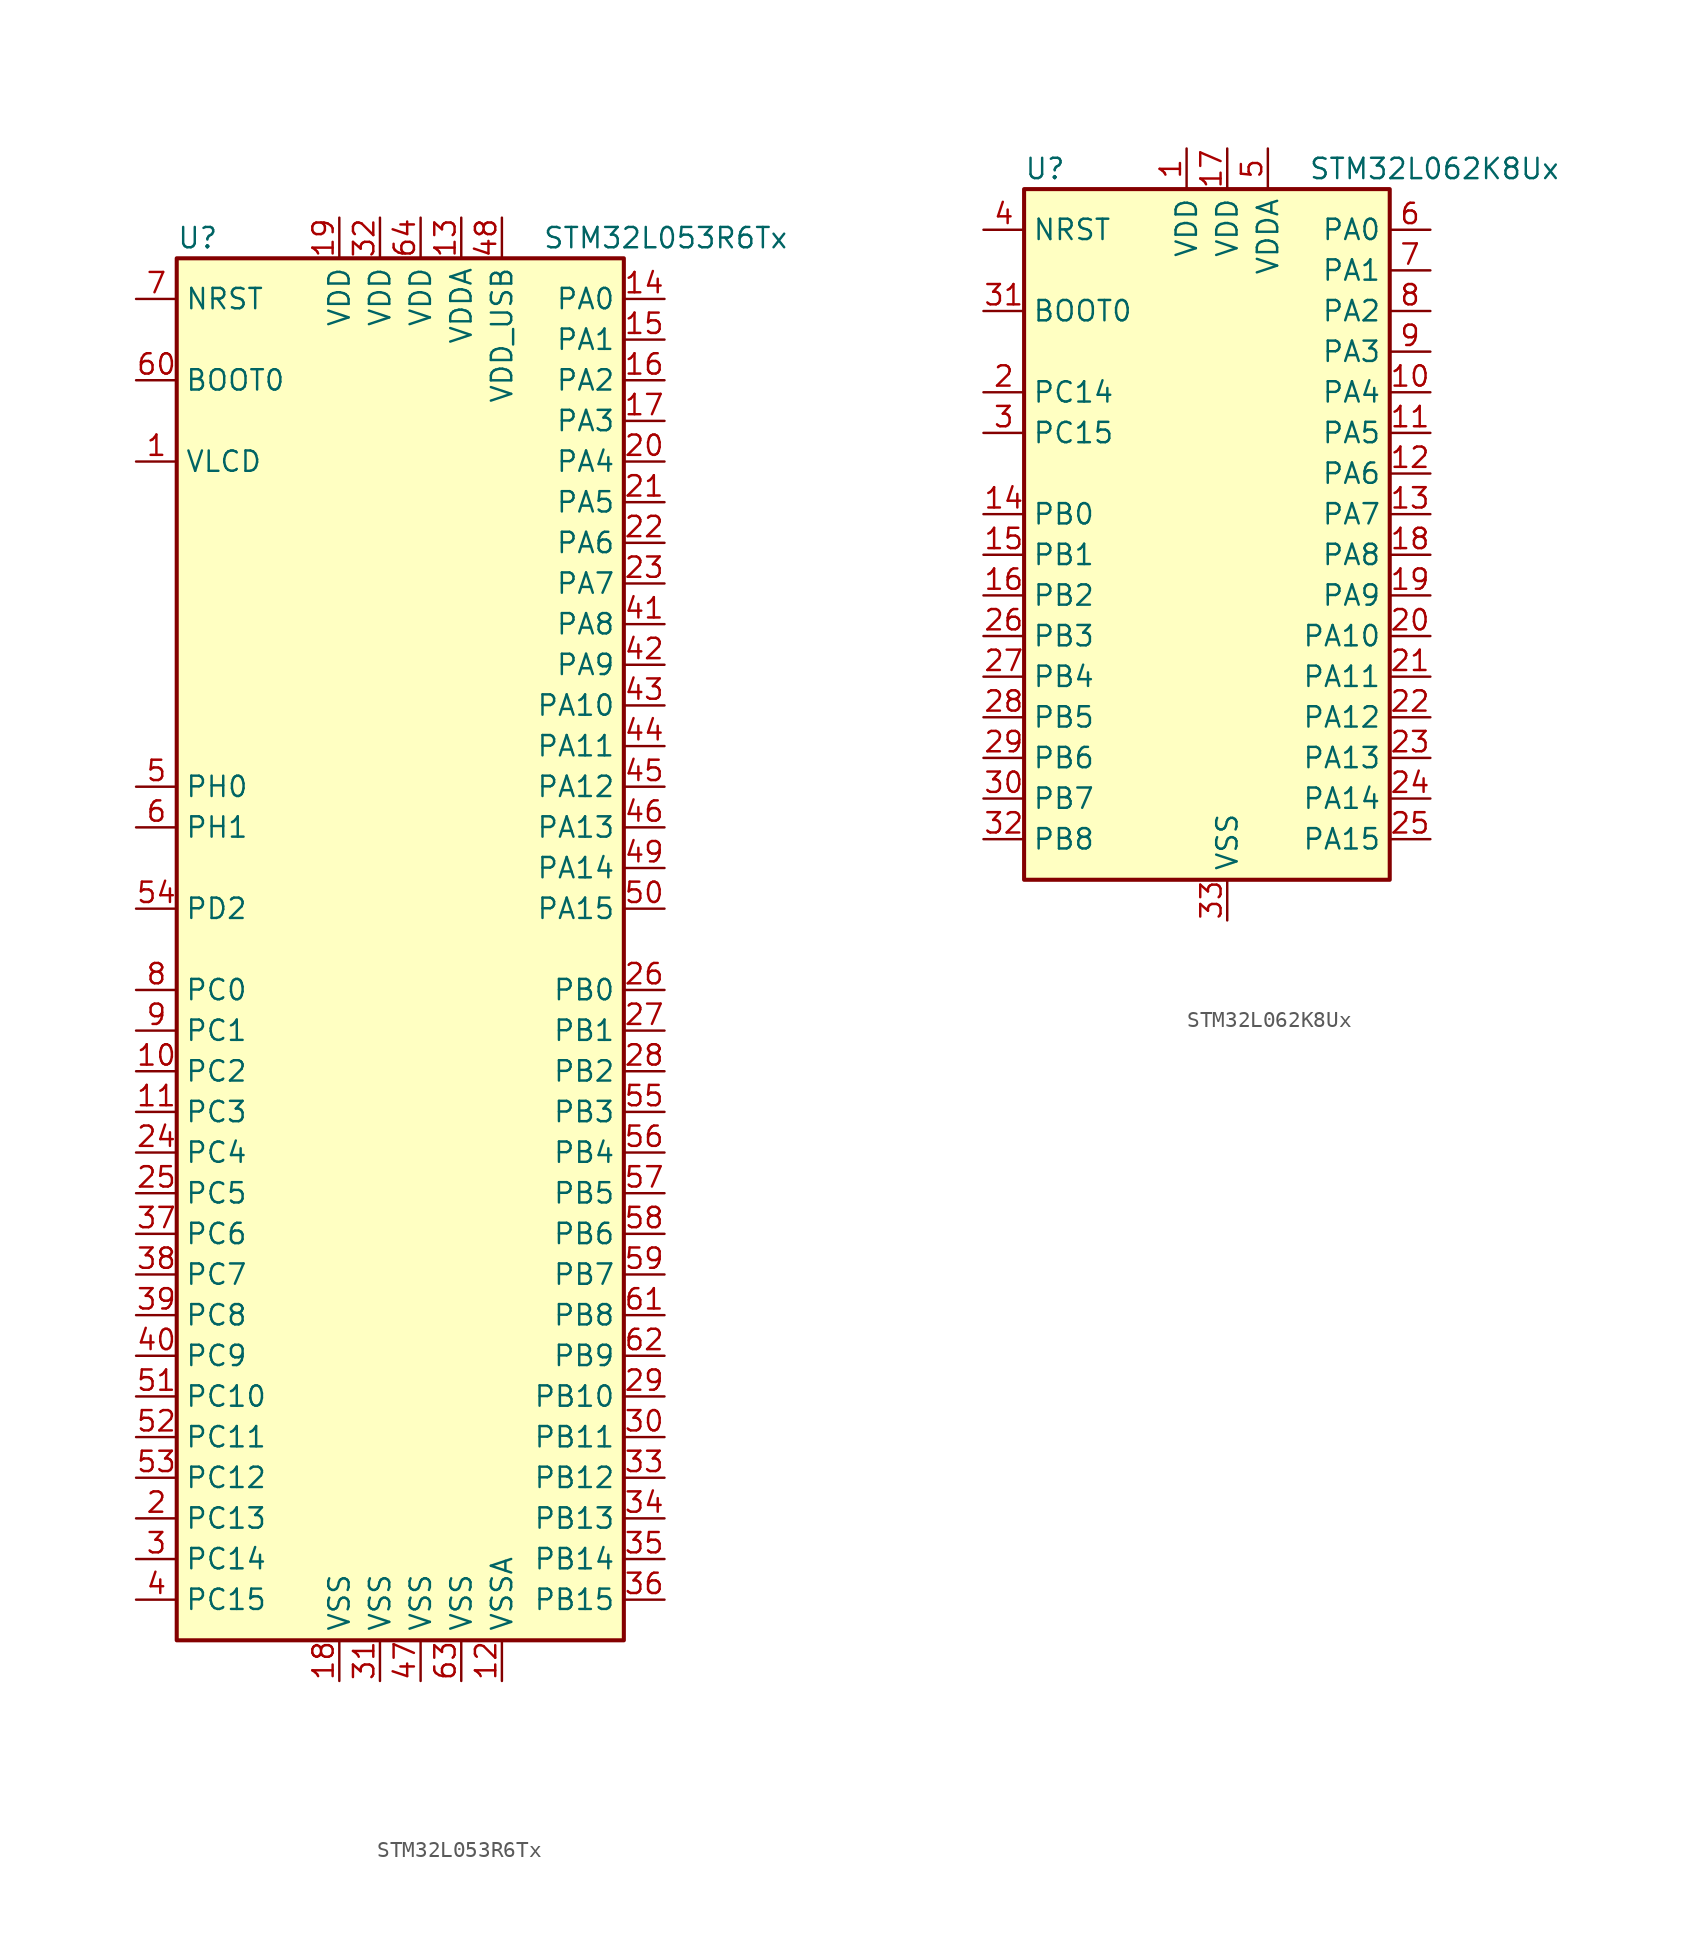
<source format=kicad_sym>
(kicad_symbol_lib
  (version 20201005)
  (generator kicad_symbol_editor)
  (symbol "STM32L053R6Tx"
    (property "Reference" "U"
      (at -15.24 44.45 0)
      (effects (font (size 1.27 1.27)) (justify left)))
    (property "Value" "STM32L053R6Tx"
      (at 7.62 44.45 0)
      (effects (font (size 1.27 1.27)) (justify left)))
    (symbol "STM32L053R6Tx_0_1"
      (rectangle (start -15.24 -43.18) (end 12.7 43.18) (stroke (width 0.254)) (fill (type background))))
    (symbol "STM32L053R6Tx_1_1"
      (pin power_in line (at -17.78 30.48 0) (length 2.54) (name "VLCD" (effects (font (size 1.27 1.27)))) (number "1" (effects (font (size 1.27 1.27)))))
      (pin bidirectional line (at -17.78 -7.62 0) (length 2.54) (name "PC2" (effects (font (size 1.27 1.27)))) (number "10" (effects (font (size 1.27 1.27)))))
      (pin bidirectional line (at -17.78 -10.16 0) (length 2.54) (name "PC3" (effects (font (size 1.27 1.27)))) (number "11" (effects (font (size 1.27 1.27)))))
      (pin power_in line (at 5.08 -45.72 90) (length 2.54) (name "VSSA" (effects (font (size 1.27 1.27)))) (number "12" (effects (font (size 1.27 1.27)))))
      (pin power_in line (at 2.54 45.72 270) (length 2.54) (name "VDDA" (effects (font (size 1.27 1.27)))) (number "13" (effects (font (size 1.27 1.27)))))
      (pin bidirectional line (at 15.24 40.64 180) (length 2.54) (name "PA0" (effects (font (size 1.27 1.27)))) (number "14" (effects (font (size 1.27 1.27)))))
      (pin bidirectional line (at 15.24 38.1 180) (length 2.54) (name "PA1" (effects (font (size 1.27 1.27)))) (number "15" (effects (font (size 1.27 1.27)))))
      (pin bidirectional line (at 15.24 35.56 180) (length 2.54) (name "PA2" (effects (font (size 1.27 1.27)))) (number "16" (effects (font (size 1.27 1.27)))))
      (pin bidirectional line (at 15.24 33.02 180) (length 2.54) (name "PA3" (effects (font (size 1.27 1.27)))) (number "17" (effects (font (size 1.27 1.27)))))
      (pin power_in line (at -5.08 -45.72 90) (length 2.54) (name "VSS" (effects (font (size 1.27 1.27)))) (number "18" (effects (font (size 1.27 1.27)))))
      (pin power_in line (at -5.08 45.72 270) (length 2.54) (name "VDD" (effects (font (size 1.27 1.27)))) (number "19" (effects (font (size 1.27 1.27)))))
      (pin bidirectional line (at -17.78 -35.56 0) (length 2.54) (name "PC13" (effects (font (size 1.27 1.27)))) (number "2" (effects (font (size 1.27 1.27)))))
      (pin bidirectional line (at 15.24 30.48 180) (length 2.54) (name "PA4" (effects (font (size 1.27 1.27)))) (number "20" (effects (font (size 1.27 1.27)))))
      (pin bidirectional line (at 15.24 27.94 180) (length 2.54) (name "PA5" (effects (font (size 1.27 1.27)))) (number "21" (effects (font (size 1.27 1.27)))))
      (pin bidirectional line (at 15.24 25.4 180) (length 2.54) (name "PA6" (effects (font (size 1.27 1.27)))) (number "22" (effects (font (size 1.27 1.27)))))
      (pin bidirectional line (at 15.24 22.86 180) (length 2.54) (name "PA7" (effects (font (size 1.27 1.27)))) (number "23" (effects (font (size 1.27 1.27)))))
      (pin bidirectional line (at -17.78 -12.7 0) (length 2.54) (name "PC4" (effects (font (size 1.27 1.27)))) (number "24" (effects (font (size 1.27 1.27)))))
      (pin bidirectional line (at -17.78 -15.24 0) (length 2.54) (name "PC5" (effects (font (size 1.27 1.27)))) (number "25" (effects (font (size 1.27 1.27)))))
      (pin bidirectional line (at 15.24 -2.54 180) (length 2.54) (name "PB0" (effects (font (size 1.27 1.27)))) (number "26" (effects (font (size 1.27 1.27)))))
      (pin bidirectional line (at 15.24 -5.08 180) (length 2.54) (name "PB1" (effects (font (size 1.27 1.27)))) (number "27" (effects (font (size 1.27 1.27)))))
      (pin bidirectional line (at 15.24 -7.62 180) (length 2.54) (name "PB2" (effects (font (size 1.27 1.27)))) (number "28" (effects (font (size 1.27 1.27)))))
      (pin bidirectional line (at 15.24 -27.94 180) (length 2.54) (name "PB10" (effects (font (size 1.27 1.27)))) (number "29" (effects (font (size 1.27 1.27)))))
      (pin bidirectional line (at -17.78 -38.1 0) (length 2.54) (name "PC14" (effects (font (size 1.27 1.27)))) (number "3" (effects (font (size 1.27 1.27)))))
      (pin bidirectional line (at 15.24 -30.48 180) (length 2.54) (name "PB11" (effects (font (size 1.27 1.27)))) (number "30" (effects (font (size 1.27 1.27)))))
      (pin power_in line (at -2.54 -45.72 90) (length 2.54) (name "VSS" (effects (font (size 1.27 1.27)))) (number "31" (effects (font (size 1.27 1.27)))))
      (pin power_in line (at -2.54 45.72 270) (length 2.54) (name "VDD" (effects (font (size 1.27 1.27)))) (number "32" (effects (font (size 1.27 1.27)))))
      (pin bidirectional line (at 15.24 -33.02 180) (length 2.54) (name "PB12" (effects (font (size 1.27 1.27)))) (number "33" (effects (font (size 1.27 1.27)))))
      (pin bidirectional line (at 15.24 -35.56 180) (length 2.54) (name "PB13" (effects (font (size 1.27 1.27)))) (number "34" (effects (font (size 1.27 1.27)))))
      (pin bidirectional line (at 15.24 -38.1 180) (length 2.54) (name "PB14" (effects (font (size 1.27 1.27)))) (number "35" (effects (font (size 1.27 1.27)))))
      (pin bidirectional line (at 15.24 -40.64 180) (length 2.54) (name "PB15" (effects (font (size 1.27 1.27)))) (number "36" (effects (font (size 1.27 1.27)))))
      (pin bidirectional line (at -17.78 -17.78 0) (length 2.54) (name "PC6" (effects (font (size 1.27 1.27)))) (number "37" (effects (font (size 1.27 1.27)))))
      (pin bidirectional line (at -17.78 -20.32 0) (length 2.54) (name "PC7" (effects (font (size 1.27 1.27)))) (number "38" (effects (font (size 1.27 1.27)))))
      (pin bidirectional line (at -17.78 -22.86 0) (length 2.54) (name "PC8" (effects (font (size 1.27 1.27)))) (number "39" (effects (font (size 1.27 1.27)))))
      (pin bidirectional line (at -17.78 -40.64 0) (length 2.54) (name "PC15" (effects (font (size 1.27 1.27)))) (number "4" (effects (font (size 1.27 1.27)))))
      (pin bidirectional line (at -17.78 -25.4 0) (length 2.54) (name "PC9" (effects (font (size 1.27 1.27)))) (number "40" (effects (font (size 1.27 1.27)))))
      (pin bidirectional line (at 15.24 20.32 180) (length 2.54) (name "PA8" (effects (font (size 1.27 1.27)))) (number "41" (effects (font (size 1.27 1.27)))))
      (pin bidirectional line (at 15.24 17.78 180) (length 2.54) (name "PA9" (effects (font (size 1.27 1.27)))) (number "42" (effects (font (size 1.27 1.27)))))
      (pin bidirectional line (at 15.24 15.24 180) (length 2.54) (name "PA10" (effects (font (size 1.27 1.27)))) (number "43" (effects (font (size 1.27 1.27)))))
      (pin bidirectional line (at 15.24 12.7 180) (length 2.54) (name "PA11" (effects (font (size 1.27 1.27)))) (number "44" (effects (font (size 1.27 1.27)))))
      (pin bidirectional line (at 15.24 10.16 180) (length 2.54) (name "PA12" (effects (font (size 1.27 1.27)))) (number "45" (effects (font (size 1.27 1.27)))))
      (pin bidirectional line (at 15.24 7.62 180) (length 2.54) (name "PA13" (effects (font (size 1.27 1.27)))) (number "46" (effects (font (size 1.27 1.27)))))
      (pin power_in line (at 0 -45.72 90) (length 2.54) (name "VSS" (effects (font (size 1.27 1.27)))) (number "47" (effects (font (size 1.27 1.27)))))
      (pin power_in line (at 5.08 45.72 270) (length 2.54) (name "VDD_USB" (effects (font (size 1.27 1.27)))) (number "48" (effects (font (size 1.27 1.27)))))
      (pin bidirectional line (at 15.24 5.08 180) (length 2.54) (name "PA14" (effects (font (size 1.27 1.27)))) (number "49" (effects (font (size 1.27 1.27)))))
      (pin input line (at -17.78 10.16 0) (length 2.54) (name "PH0" (effects (font (size 1.27 1.27)))) (number "5" (effects (font (size 1.27 1.27)))))
      (pin bidirectional line (at 15.24 2.54 180) (length 2.54) (name "PA15" (effects (font (size 1.27 1.27)))) (number "50" (effects (font (size 1.27 1.27)))))
      (pin bidirectional line (at -17.78 -27.94 0) (length 2.54) (name "PC10" (effects (font (size 1.27 1.27)))) (number "51" (effects (font (size 1.27 1.27)))))
      (pin bidirectional line (at -17.78 -30.48 0) (length 2.54) (name "PC11" (effects (font (size 1.27 1.27)))) (number "52" (effects (font (size 1.27 1.27)))))
      (pin bidirectional line (at -17.78 -33.02 0) (length 2.54) (name "PC12" (effects (font (size 1.27 1.27)))) (number "53" (effects (font (size 1.27 1.27)))))
      (pin bidirectional line (at -17.78 2.54 0) (length 2.54) (name "PD2" (effects (font (size 1.27 1.27)))) (number "54" (effects (font (size 1.27 1.27)))))
      (pin bidirectional line (at 15.24 -10.16 180) (length 2.54) (name "PB3" (effects (font (size 1.27 1.27)))) (number "55" (effects (font (size 1.27 1.27)))))
      (pin bidirectional line (at 15.24 -12.7 180) (length 2.54) (name "PB4" (effects (font (size 1.27 1.27)))) (number "56" (effects (font (size 1.27 1.27)))))
      (pin bidirectional line (at 15.24 -15.24 180) (length 2.54) (name "PB5" (effects (font (size 1.27 1.27)))) (number "57" (effects (font (size 1.27 1.27)))))
      (pin bidirectional line (at 15.24 -17.78 180) (length 2.54) (name "PB6" (effects (font (size 1.27 1.27)))) (number "58" (effects (font (size 1.27 1.27)))))
      (pin bidirectional line (at 15.24 -20.32 180) (length 2.54) (name "PB7" (effects (font (size 1.27 1.27)))) (number "59" (effects (font (size 1.27 1.27)))))
      (pin input line (at -17.78 7.62 0) (length 2.54) (name "PH1" (effects (font (size 1.27 1.27)))) (number "6" (effects (font (size 1.27 1.27)))))
      (pin input line (at -17.78 35.56 0) (length 2.54) (name "BOOT0" (effects (font (size 1.27 1.27)))) (number "60" (effects (font (size 1.27 1.27)))))
      (pin bidirectional line (at 15.24 -22.86 180) (length 2.54) (name "PB8" (effects (font (size 1.27 1.27)))) (number "61" (effects (font (size 1.27 1.27)))))
      (pin bidirectional line (at 15.24 -25.4 180) (length 2.54) (name "PB9" (effects (font (size 1.27 1.27)))) (number "62" (effects (font (size 1.27 1.27)))))
      (pin power_in line (at 2.54 -45.72 90) (length 2.54) (name "VSS" (effects (font (size 1.27 1.27)))) (number "63" (effects (font (size 1.27 1.27)))))
      (pin power_in line (at 0 45.72 270) (length 2.54) (name "VDD" (effects (font (size 1.27 1.27)))) (number "64" (effects (font (size 1.27 1.27)))))
      (pin input line (at -17.78 40.64 0) (length 2.54) (name "NRST" (effects (font (size 1.27 1.27)))) (number "7" (effects (font (size 1.27 1.27)))))
      (pin bidirectional line (at -17.78 -2.54 0) (length 2.54) (name "PC0" (effects (font (size 1.27 1.27)))) (number "8" (effects (font (size 1.27 1.27)))))
      (pin bidirectional line (at -17.78 -5.08 0) (length 2.54) (name "PC1" (effects (font (size 1.27 1.27)))) (number "9" (effects (font (size 1.27 1.27)))))))
  (symbol "STM32L062K8Ux"
    (property "Reference" "U"
      (at -12.7 21.59 0)
      (effects (font (size 1.27 1.27)) (justify left)))
    (property "Value" "STM32L062K8Ux"
      (at 5.08 21.59 0)
      (effects (font (size 1.27 1.27)) (justify left)))
    (symbol "STM32L062K8Ux_0_1"
      (rectangle (start -12.7 -22.86) (end 10.16 20.32) (stroke (width 0.254)) (fill (type background))))
    (symbol "STM32L062K8Ux_1_1"
      (pin power_in line (at -2.54 22.86 270) (length 2.54) (name "VDD" (effects (font (size 1.27 1.27)))) (number "1" (effects (font (size 1.27 1.27)))))
      (pin bidirectional line (at 12.7 7.62 180) (length 2.54) (name "PA4" (effects (font (size 1.27 1.27)))) (number "10" (effects (font (size 1.27 1.27)))))
      (pin bidirectional line (at 12.7 5.08 180) (length 2.54) (name "PA5" (effects (font (size 1.27 1.27)))) (number "11" (effects (font (size 1.27 1.27)))))
      (pin bidirectional line (at 12.7 2.54 180) (length 2.54) (name "PA6" (effects (font (size 1.27 1.27)))) (number "12" (effects (font (size 1.27 1.27)))))
      (pin bidirectional line (at 12.7 0 180) (length 2.54) (name "PA7" (effects (font (size 1.27 1.27)))) (number "13" (effects (font (size 1.27 1.27)))))
      (pin bidirectional line (at -15.24 0 0) (length 2.54) (name "PB0" (effects (font (size 1.27 1.27)))) (number "14" (effects (font (size 1.27 1.27)))))
      (pin bidirectional line (at -15.24 -2.54 0) (length 2.54) (name "PB1" (effects (font (size 1.27 1.27)))) (number "15" (effects (font (size 1.27 1.27)))))
      (pin bidirectional line (at -15.24 -5.08 0) (length 2.54) (name "PB2" (effects (font (size 1.27 1.27)))) (number "16" (effects (font (size 1.27 1.27)))))
      (pin power_in line (at 0 22.86 270) (length 2.54) (name "VDD" (effects (font (size 1.27 1.27)))) (number "17" (effects (font (size 1.27 1.27)))))
      (pin bidirectional line (at 12.7 -2.54 180) (length 2.54) (name "PA8" (effects (font (size 1.27 1.27)))) (number "18" (effects (font (size 1.27 1.27)))))
      (pin bidirectional line (at 12.7 -5.08 180) (length 2.54) (name "PA9" (effects (font (size 1.27 1.27)))) (number "19" (effects (font (size 1.27 1.27)))))
      (pin bidirectional line (at -15.24 7.62 0) (length 2.54) (name "PC14" (effects (font (size 1.27 1.27)))) (number "2" (effects (font (size 1.27 1.27)))))
      (pin bidirectional line (at 12.7 -7.62 180) (length 2.54) (name "PA10" (effects (font (size 1.27 1.27)))) (number "20" (effects (font (size 1.27 1.27)))))
      (pin bidirectional line (at 12.7 -10.16 180) (length 2.54) (name "PA11" (effects (font (size 1.27 1.27)))) (number "21" (effects (font (size 1.27 1.27)))))
      (pin bidirectional line (at 12.7 -12.7 180) (length 2.54) (name "PA12" (effects (font (size 1.27 1.27)))) (number "22" (effects (font (size 1.27 1.27)))))
      (pin bidirectional line (at 12.7 -15.24 180) (length 2.54) (name "PA13" (effects (font (size 1.27 1.27)))) (number "23" (effects (font (size 1.27 1.27)))))
      (pin bidirectional line (at 12.7 -17.78 180) (length 2.54) (name "PA14" (effects (font (size 1.27 1.27)))) (number "24" (effects (font (size 1.27 1.27)))))
      (pin bidirectional line (at 12.7 -20.32 180) (length 2.54) (name "PA15" (effects (font (size 1.27 1.27)))) (number "25" (effects (font (size 1.27 1.27)))))
      (pin bidirectional line (at -15.24 -7.62 0) (length 2.54) (name "PB3" (effects (font (size 1.27 1.27)))) (number "26" (effects (font (size 1.27 1.27)))))
      (pin bidirectional line (at -15.24 -10.16 0) (length 2.54) (name "PB4" (effects (font (size 1.27 1.27)))) (number "27" (effects (font (size 1.27 1.27)))))
      (pin bidirectional line (at -15.24 -12.7 0) (length 2.54) (name "PB5" (effects (font (size 1.27 1.27)))) (number "28" (effects (font (size 1.27 1.27)))))
      (pin bidirectional line (at -15.24 -15.24 0) (length 2.54) (name "PB6" (effects (font (size 1.27 1.27)))) (number "29" (effects (font (size 1.27 1.27)))))
      (pin bidirectional line (at -15.24 5.08 0) (length 2.54) (name "PC15" (effects (font (size 1.27 1.27)))) (number "3" (effects (font (size 1.27 1.27)))))
      (pin bidirectional line (at -15.24 -17.78 0) (length 2.54) (name "PB7" (effects (font (size 1.27 1.27)))) (number "30" (effects (font (size 1.27 1.27)))))
      (pin input line (at -15.24 12.7 0) (length 2.54) (name "BOOT0" (effects (font (size 1.27 1.27)))) (number "31" (effects (font (size 1.27 1.27)))))
      (pin bidirectional line (at -15.24 -20.32 0) (length 2.54) (name "PB8" (effects (font (size 1.27 1.27)))) (number "32" (effects (font (size 1.27 1.27)))))
      (pin power_in line (at 0 -25.4 90) (length 2.54) (name "VSS" (effects (font (size 1.27 1.27)))) (number "33" (effects (font (size 1.27 1.27)))))
      (pin input line (at -15.24 17.78 0) (length 2.54) (name "NRST" (effects (font (size 1.27 1.27)))) (number "4" (effects (font (size 1.27 1.27)))))
      (pin power_in line (at 2.54 22.86 270) (length 2.54) (name "VDDA" (effects (font (size 1.27 1.27)))) (number "5" (effects (font (size 1.27 1.27)))))
      (pin bidirectional line (at 12.7 17.78 180) (length 2.54) (name "PA0" (effects (font (size 1.27 1.27)))) (number "6" (effects (font (size 1.27 1.27)))))
      (pin bidirectional line (at 12.7 15.24 180) (length 2.54) (name "PA1" (effects (font (size 1.27 1.27)))) (number "7" (effects (font (size 1.27 1.27)))))
      (pin bidirectional line (at 12.7 12.7 180) (length 2.54) (name "PA2" (effects (font (size 1.27 1.27)))) (number "8" (effects (font (size 1.27 1.27)))))
      (pin bidirectional line (at 12.7 10.16 180) (length 2.54) (name "PA3" (effects (font (size 1.27 1.27)))) (number "9" (effects (font (size 1.27 1.27))))))))
</source>
